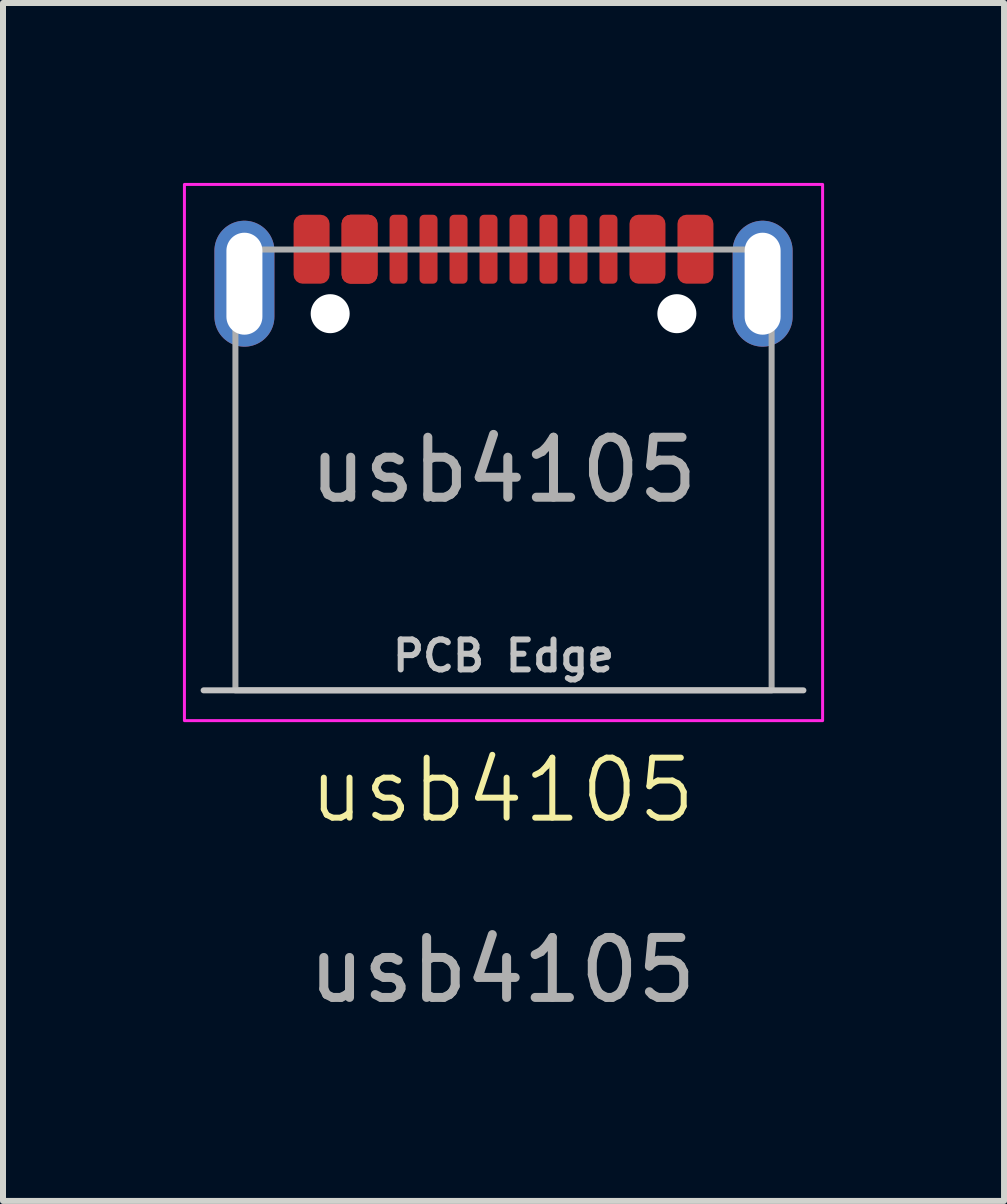
<source format=kicad_pcb>
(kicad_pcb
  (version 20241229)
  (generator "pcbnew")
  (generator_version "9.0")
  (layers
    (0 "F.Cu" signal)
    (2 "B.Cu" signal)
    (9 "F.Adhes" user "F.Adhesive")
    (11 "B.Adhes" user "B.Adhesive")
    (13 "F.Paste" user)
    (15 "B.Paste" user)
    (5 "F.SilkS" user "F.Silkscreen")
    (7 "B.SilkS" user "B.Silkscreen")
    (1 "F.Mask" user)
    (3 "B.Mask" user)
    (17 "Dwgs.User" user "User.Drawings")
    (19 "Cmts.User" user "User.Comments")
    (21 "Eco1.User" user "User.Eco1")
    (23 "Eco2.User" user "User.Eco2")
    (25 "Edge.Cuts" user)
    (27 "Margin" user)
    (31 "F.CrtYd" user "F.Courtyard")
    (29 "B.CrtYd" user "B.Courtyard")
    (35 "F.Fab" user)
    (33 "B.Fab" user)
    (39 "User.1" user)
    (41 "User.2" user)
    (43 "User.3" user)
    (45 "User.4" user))
  (footprint "usb4105"
    (layer "F.Cu")
    (at 5.325 10.625)
    (property "Reference" "usb4105" (at 0 -0.5 0) (unlocked yes) (layer "F.SilkS") (effects (font (size 1 1) (thickness 0.1))))
    (attr smd)
    (fp_line (start 5.02 -2.165) (end -4.98 -2.165) (stroke (width 0.1) (type solid)) (layer "Dwgs.User"))
    (fp_rect (start -5.3 -10.6) (end 5.34 -1.66) (stroke (width 0.05) (type solid)) (fill no) (layer "F.CrtYd"))
    (fp_rect (start -4.45 -9.515) (end 4.49 -2.165) (stroke (width 0.1) (type solid)) (fill no) (layer "F.Fab"))
    (fp_text user "PCB Edge" (at 0.02 -2.74 0) (unlocked yes) (layer "Dwgs.User") (effects (font (size 0.5 0.5) (thickness 0.1))))
    (fp_text user "${REFERENCE}" (at 0.02 -5.84 0) (unlocked yes) (layer "F.Fab") (effects (font (size 1 1) (thickness 0.15))))
    (fp_text user "${REFERENCE}" (at 0 2.5 0) (unlocked yes) (layer "F.Fab") (effects (font (size 1 1) (thickness 0.15))))
    (pad "" np_thru_hole circle (at -2.87 -8.445) (size 0.65 0.65) (drill 0.65) (layers "*.Cu" "*.Mask"))
    (pad "" np_thru_hole circle (at 2.91 -8.445) (size 0.65 0.65) (drill 0.65) (layers "*.Cu" "*.Mask"))
    (pad "A4" smd roundrect (at -2.38 -9.52) (size 0.6 1.15) (layers "F.Cu" "F.Mask" "F.Paste") (roundrect_rratio 0.25))
    (pad "A5" smd roundrect (at -1.23 -9.52) (size 0.3 1.15) (layers "F.Cu" "F.Mask" "F.Paste") (roundrect_rratio 0.25))
    (pad "A6" smd roundrect (at -0.23 -9.52) (size 0.3 1.15) (layers "F.Cu" "F.Mask" "F.Paste") (roundrect_rratio 0.25))
    (pad "A7" smd roundrect (at 0.27 -9.52) (size 0.3 1.15) (layers "F.Cu" "F.Mask" "F.Paste") (roundrect_rratio 0.25))
    (pad "A8" smd roundrect (at 1.27 -9.52) (size 0.3 1.15) (layers "F.Cu" "F.Mask" "F.Paste") (roundrect_rratio 0.25))
    (pad "A12" smd roundrect (at 3.22 -9.52) (size 0.6 1.15) (layers "F.Cu" "F.Mask" "F.Paste") (roundrect_rratio 0.25))
    (pad "B4" smd roundrect (at 2.42 -9.52) (size 0.6 1.15) (layers "F.Cu" "F.Mask" "F.Paste") (roundrect_rratio 0.25))
    (pad "B5" smd roundrect (at 1.77 -9.52) (size 0.3 1.15) (layers "F.Cu" "F.Mask" "F.Paste") (roundrect_rratio 0.25))
    (pad "B6" smd roundrect (at 0.77 -9.52) (size 0.3 1.15) (layers "F.Cu" "F.Mask" "F.Paste") (roundrect_rratio 0.25))
    (pad "B7" smd roundrect (at -0.73 -9.52) (size 0.3 1.15) (layers "F.Cu" "F.Mask" "F.Paste") (roundrect_rratio 0.25))
    (pad "B8" smd roundrect (at -1.73 -9.52) (size 0.3 1.15) (layers "F.Cu" "F.Mask" "F.Paste") (roundrect_rratio 0.25))
    (pad "B9" smd roundrect (at -2.38 -9.52) (size 0.6 1.15) (layers "F.Cu" "F.Mask" "F.Paste") (roundrect_rratio 0.25))
    (pad "B12" smd roundrect (at -3.18 -9.52) (size 0.6 1.15) (layers "F.Cu" "F.Mask" "F.Paste") (roundrect_rratio 0.25))
    (pad "S1" thru_hole oval (at -4.3 -8.945) (size 1 2.1) (drill oval 0.6 1.7) (layers "*.Cu" "*.Mask" "F.Paste"))
    (pad "S1" thru_hole oval (at 4.34 -8.945) (size 1 2.1) (drill oval 0.6 1.7) (layers "*.Cu" "*.Mask" "F.Paste")))
  (gr_rect
    (start -3 -3)
    (end 13.69 16.973)
    (stroke (width 0.1) (type default))
    (fill no)
    (layer "Edge.Cuts")))
</source>
